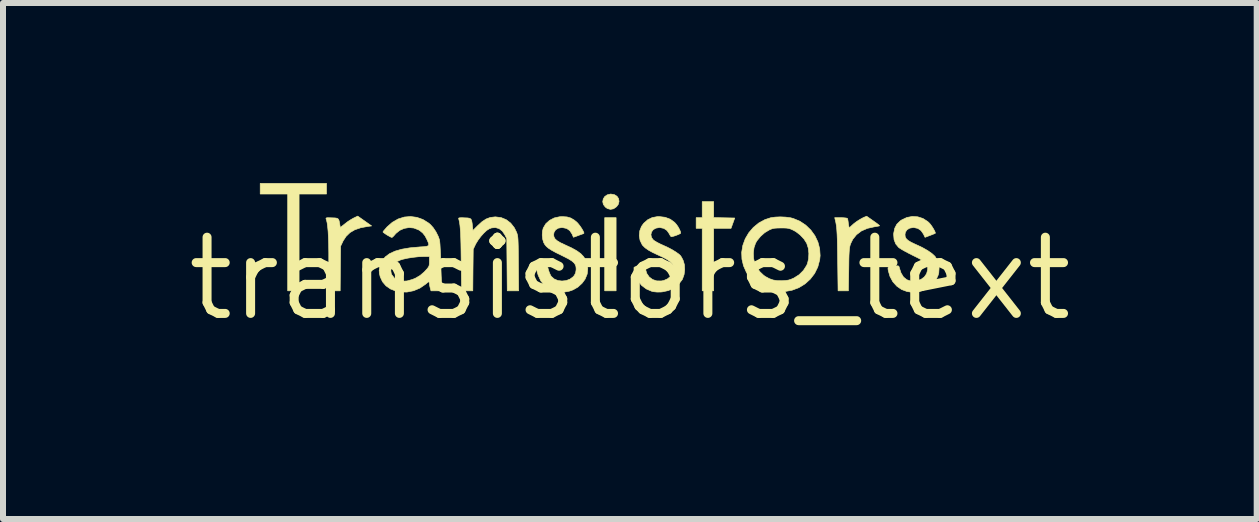
<source format=kicad_pcb>
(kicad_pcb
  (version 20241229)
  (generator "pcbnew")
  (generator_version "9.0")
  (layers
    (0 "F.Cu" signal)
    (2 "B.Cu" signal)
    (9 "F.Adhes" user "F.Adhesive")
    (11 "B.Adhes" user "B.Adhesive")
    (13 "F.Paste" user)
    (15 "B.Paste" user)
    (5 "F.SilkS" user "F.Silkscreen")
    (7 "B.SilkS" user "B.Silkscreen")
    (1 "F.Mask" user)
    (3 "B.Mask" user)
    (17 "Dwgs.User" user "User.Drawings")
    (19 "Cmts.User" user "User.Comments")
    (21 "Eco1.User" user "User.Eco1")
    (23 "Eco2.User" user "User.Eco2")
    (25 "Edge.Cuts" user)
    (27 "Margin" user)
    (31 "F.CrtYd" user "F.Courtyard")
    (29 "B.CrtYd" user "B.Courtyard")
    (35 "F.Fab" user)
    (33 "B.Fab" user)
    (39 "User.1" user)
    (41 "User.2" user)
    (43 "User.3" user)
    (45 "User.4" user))
  (footprint "transistors_text"
    (layer "F.Cu")
    (at 7.446 1.593)
    (property "Reference" "transistors_text" (at 0 0 0) (layer "F.SilkS") (effects (font (size 1.27 1.27) (thickness 0.15))))
    (attr through_hole)
    (fp_poly (pts (xy -0.229 0.203) (xy -0.419 0.203) (xy -0.419 -1.016) (xy -0.229 -1.016) (xy -0.229 0.203)) (stroke (width 0.01) (type solid)) (fill yes) (layer "F.SilkS"))
    (fp_poly (pts (xy -5.055 -1.41) (xy -5.512 -1.41) (xy -5.512 0.203) (xy -5.702 0.203) (xy -5.702 -1.41) (xy -6.16 -1.41) (xy -6.16 -1.587) (xy -5.055 -1.587) (xy -5.055 -1.41)) (stroke (width 0.01) (type solid)) (fill yes) (layer "F.SilkS"))
    (fp_poly (pts (xy 1.397 -1.017) (xy 1.748 -1.01) (xy 1.717 -0.924) (xy 1.686 -0.838) (xy 1.397 -0.838) (xy 1.397 0.203) (xy 1.206 0.203) (xy 1.206 -0.838) (xy 1.105 -0.838) (xy 1.105 -1.016) (xy 1.206 -1.016) (xy 1.206 -1.283) (xy 1.397 -1.283) (xy 1.397 -1.017)) (stroke (width 0.01) (type solid)) (fill yes) (layer "F.SilkS"))
    (fp_poly (pts (xy -0.257 -1.399) (xy -0.214 -1.372) (xy -0.188 -1.333) (xy -0.18 -1.287) (xy -0.192 -1.239) (xy -0.221 -1.199) (xy -0.271 -1.164) (xy -0.323 -1.154) (xy -0.375 -1.168) (xy -0.409 -1.193) (xy -0.441 -1.235) (xy -0.452 -1.282) (xy -0.443 -1.328) (xy -0.418 -1.368) (xy -0.377 -1.396) (xy -0.323 -1.409) (xy -0.314 -1.409) (xy -0.257 -1.399)) (stroke (width 0.01) (type solid)) (fill yes) (layer "F.SilkS"))
    (fp_poly (pts (xy -4.419 -0.96) (xy -4.303 -0.878) (xy -4.365 -0.87) (xy -4.485 -0.848) (xy -4.584 -0.814) (xy -4.664 -0.767) (xy -4.728 -0.705) (xy -4.779 -0.627) (xy -4.786 -0.611) (xy -4.82 -0.54) (xy -4.824 -0.168) (xy -4.827 0.203) (xy -5.016 0.203) (xy -5.017 -0.264) (xy -5.017 -0.428) (xy -5.019 -0.568) (xy -5.023 -0.687) (xy -5.028 -0.785) (xy -5.036 -0.865) (xy -5.044 -0.928) (xy -5.055 -0.975) (xy -5.062 -0.994) (xy -5.064 -1.005) (xy -5.057 -1.012) (xy -5.036 -1.015) (xy -4.998 -1.014) (xy -4.965 -1.013) (xy -4.911 -1.011) (xy -4.877 -1.005) (xy -4.857 -0.991) (xy -4.845 -0.964) (xy -4.836 -0.919) (xy -4.833 -0.899) (xy -4.825 -0.852) (xy -4.746 -0.915) (xy -4.698 -0.952) (xy -4.646 -0.985) (xy -4.602 -1.01) (xy -4.601 -1.01) (xy -4.535 -1.042) (xy -4.419 -0.96)) (stroke (width 0.01) (type solid)) (fill yes) (layer "F.SilkS"))
    (fp_poly (pts (xy 4.056 -0.963) (xy 4.101 -0.931) (xy 4.136 -0.905) (xy 4.157 -0.887) (xy 4.161 -0.88) (xy 4.147 -0.876) (xy 4.114 -0.87) (xy 4.073 -0.863) (xy 3.956 -0.837) (xy 3.857 -0.793) (xy 3.777 -0.732) (xy 3.715 -0.655) (xy 3.683 -0.59) (xy 3.674 -0.567) (xy 3.667 -0.543) (xy 3.662 -0.517) (xy 3.658 -0.485) (xy 3.655 -0.443) (xy 3.652 -0.388) (xy 3.65 -0.316) (xy 3.649 -0.224) (xy 3.648 -0.156) (xy 3.642 0.203) (xy 3.47 0.203) (xy 3.463 -0.308) (xy 3.461 -0.445) (xy 3.459 -0.559) (xy 3.457 -0.654) (xy 3.454 -0.732) (xy 3.45 -0.796) (xy 3.446 -0.849) (xy 3.44 -0.894) (xy 3.433 -0.934) (xy 3.425 -0.97) (xy 3.422 -0.981) (xy 3.414 -1.016) (xy 3.516 -1.016) (xy 3.564 -1.014) (xy 3.603 -1.01) (xy 3.624 -1.005) (xy 3.626 -1.003) (xy 3.632 -0.984) (xy 3.638 -0.948) (xy 3.641 -0.92) (xy 3.647 -0.882) (xy 3.653 -0.857) (xy 3.657 -0.851) (xy 3.671 -0.859) (xy 3.693 -0.88) (xy 3.696 -0.883) (xy 3.734 -0.917) (xy 3.785 -0.955) (xy 3.841 -0.99) (xy 3.891 -1.017) (xy 3.9 -1.021) (xy 3.946 -1.04) (xy 4.056 -0.963)) (stroke (width 0.01) (type solid)) (fill yes) (layer "F.SilkS"))
    (fp_poly (pts (xy -2.145 -1.017) (xy -2.06 -0.982) (xy -1.986 -0.925) (xy -1.926 -0.849) (xy -1.89 -0.777) (xy -1.882 -0.757) (xy -1.876 -0.737) (xy -1.871 -0.715) (xy -1.867 -0.687) (xy -1.864 -0.651) (xy -1.862 -0.603) (xy -1.86 -0.542) (xy -1.859 -0.463) (xy -1.858 -0.365) (xy -1.857 -0.251) (xy -1.853 0.203) (xy -2.043 0.203) (xy -2.051 -0.667) (xy -2.083 -0.73) (xy -2.125 -0.792) (xy -2.178 -0.833) (xy -2.239 -0.851) (xy -2.305 -0.845) (xy -2.344 -0.83) (xy -2.386 -0.803) (xy -2.434 -0.758) (xy -2.483 -0.703) (xy -2.528 -0.643) (xy -2.564 -0.585) (xy -2.571 -0.572) (xy -2.61 -0.489) (xy -2.614 -0.143) (xy -2.617 0.203) (xy -2.804 0.203) (xy -2.811 -0.314) (xy -2.813 -0.458) (xy -2.815 -0.58) (xy -2.818 -0.68) (xy -2.821 -0.763) (xy -2.826 -0.83) (xy -2.831 -0.885) (xy -2.837 -0.929) (xy -2.844 -0.965) (xy -2.851 -0.992) (xy -2.854 -1.004) (xy -2.848 -1.011) (xy -2.83 -1.014) (xy -2.795 -1.015) (xy -2.755 -1.013) (xy -2.703 -1.011) (xy -2.669 -1.005) (xy -2.648 -0.992) (xy -2.636 -0.966) (xy -2.628 -0.923) (xy -2.623 -0.874) (xy -2.615 -0.802) (xy -2.536 -0.882) (xy -2.464 -0.948) (xy -2.396 -0.993) (xy -2.327 -1.019) (xy -2.253 -1.028) (xy -2.239 -1.029) (xy -2.145 -1.017)) (stroke (width 0.01) (type solid)) (fill yes) (layer "F.SilkS"))
    (fp_poly (pts (xy 2.594 -1.025) (xy 2.674 -1.015) (xy 2.721 -1.003) (xy 2.832 -0.957) (xy 2.931 -0.891) (xy 3.016 -0.809) (xy 3.084 -0.715) (xy 3.134 -0.61) (xy 3.163 -0.499) (xy 3.171 -0.383) (xy 3.164 -0.315) (xy 3.132 -0.194) (xy 3.079 -0.086) (xy 3.007 0.008) (xy 2.92 0.087) (xy 2.818 0.15) (xy 2.704 0.193) (xy 2.58 0.216) (xy 2.45 0.217) (xy 2.432 0.215) (xy 2.31 0.191) (xy 2.197 0.144) (xy 2.097 0.078) (xy 2.011 -0.005) (xy 1.943 -0.103) (xy 1.894 -0.214) (xy 1.868 -0.324) (xy 1.864 -0.427) (xy 2.058 -0.427) (xy 2.062 -0.338) (xy 2.08 -0.257) (xy 2.082 -0.252) (xy 2.118 -0.181) (xy 2.169 -0.113) (xy 2.228 -0.057) (xy 2.255 -0.037) (xy 2.324 0.000482) (xy 2.388 0.023) (xy 2.457 0.034) (xy 2.535 0.035) (xy 2.596 0.031) (xy 2.641 0.025) (xy 2.681 0.013) (xy 2.725 -0.006) (xy 2.734 -0.01) (xy 2.821 -0.065) (xy 2.893 -0.137) (xy 2.946 -0.219) (xy 2.96 -0.251) (xy 2.979 -0.332) (xy 2.983 -0.421) (xy 2.973 -0.509) (xy 2.948 -0.587) (xy 2.946 -0.591) (xy 2.902 -0.66) (xy 2.84 -0.726) (xy 2.767 -0.783) (xy 2.721 -0.808) (xy 2.684 -0.825) (xy 2.65 -0.836) (xy 2.613 -0.842) (xy 2.563 -0.844) (xy 2.521 -0.844) (xy 2.459 -0.843) (xy 2.413 -0.84) (xy 2.377 -0.833) (xy 2.342 -0.82) (xy 2.321 -0.81) (xy 2.246 -0.765) (xy 2.177 -0.703) (xy 2.119 -0.632) (xy 2.095 -0.591) (xy 2.069 -0.515) (xy 2.058 -0.427) (xy 1.864 -0.427) (xy 1.864 -0.441) (xy 1.883 -0.555) (xy 1.923 -0.664) (xy 1.982 -0.764) (xy 2.058 -0.853) (xy 2.148 -0.927) (xy 2.251 -0.983) (xy 2.349 -1.015) (xy 2.421 -1.025) (xy 2.506 -1.029) (xy 2.594 -1.025)) (stroke (width 0.01) (type solid)) (fill yes) (layer "F.SilkS"))
    (fp_poly (pts (xy 4.798 -1.03) (xy 4.885 -1.002) (xy 4.964 -0.951) (xy 4.985 -0.932) (xy 5.011 -0.903) (xy 5.037 -0.866) (xy 5.062 -0.826) (xy 5.081 -0.79) (xy 5.091 -0.764) (xy 5.09 -0.755) (xy 5.077 -0.749) (xy 5.047 -0.737) (xy 5.006 -0.721) (xy 5.003 -0.72) (xy 4.919 -0.688) (xy 4.892 -0.744) (xy 4.852 -0.801) (xy 4.799 -0.837) (xy 4.733 -0.851) (xy 4.72 -0.851) (xy 4.663 -0.841) (xy 4.619 -0.814) (xy 4.591 -0.772) (xy 4.585 -0.733) (xy 4.589 -0.697) (xy 4.605 -0.666) (xy 4.636 -0.637) (xy 4.683 -0.608) (xy 4.752 -0.575) (xy 4.772 -0.566) (xy 4.876 -0.517) (xy 4.964 -0.467) (xy 5.033 -0.419) (xy 5.081 -0.375) (xy 5.092 -0.361) (xy 5.135 -0.277) (xy 5.154 -0.189) (xy 5.148 -0.096) (xy 5.138 -0.058) (xy 5.1 0.026) (xy 5.042 0.099) (xy 4.969 0.157) (xy 4.884 0.198) (xy 4.79 0.222) (xy 4.691 0.226) (xy 4.619 0.215) (xy 4.528 0.181) (xy 4.449 0.126) (xy 4.383 0.053) (xy 4.335 -0.036) (xy 4.307 -0.131) (xy 4.302 -0.162) (xy 4.303 -0.182) (xy 4.314 -0.193) (xy 4.341 -0.201) (xy 4.387 -0.207) (xy 4.41 -0.209) (xy 4.451 -0.213) (xy 4.473 -0.212) (xy 4.484 -0.203) (xy 4.49 -0.185) (xy 4.49 -0.182) (xy 4.519 -0.094) (xy 4.56 -0.027) (xy 4.614 0.018) (xy 4.68 0.041) (xy 4.757 0.041) (xy 4.773 0.038) (xy 4.849 0.014) (xy 4.906 -0.026) (xy 4.945 -0.082) (xy 4.962 -0.145) (xy 4.964 -0.184) (xy 4.958 -0.218) (xy 4.941 -0.248) (xy 4.911 -0.278) (xy 4.866 -0.309) (xy 4.801 -0.345) (xy 4.716 -0.387) (xy 4.649 -0.421) (xy 4.585 -0.455) (xy 4.532 -0.485) (xy 4.493 -0.51) (xy 4.479 -0.52) (xy 4.431 -0.578) (xy 4.403 -0.649) (xy 4.396 -0.734) (xy 4.397 -0.756) (xy 4.414 -0.839) (xy 4.449 -0.906) (xy 4.506 -0.962) (xy 4.53 -0.978) (xy 4.616 -1.019) (xy 4.707 -1.036) (xy 4.798 -1.03)) (stroke (width 0.01) (type solid)) (fill yes) (layer "F.SilkS"))
    (fp_poly (pts (xy 0.588 -1.022) (xy 0.675 -0.989) (xy 0.747 -0.936) (xy 0.776 -0.903) (xy 0.804 -0.863) (xy 0.827 -0.821) (xy 0.843 -0.784) (xy 0.847 -0.759) (xy 0.847 -0.757) (xy 0.833 -0.747) (xy 0.803 -0.733) (xy 0.765 -0.718) (xy 0.727 -0.706) (xy 0.697 -0.699) (xy 0.69 -0.699) (xy 0.678 -0.709) (xy 0.662 -0.736) (xy 0.656 -0.749) (xy 0.619 -0.802) (xy 0.567 -0.837) (xy 0.501 -0.851) (xy 0.491 -0.851) (xy 0.434 -0.841) (xy 0.39 -0.816) (xy 0.362 -0.778) (xy 0.351 -0.734) (xy 0.36 -0.688) (xy 0.386 -0.65) (xy 0.412 -0.629) (xy 0.456 -0.603) (xy 0.509 -0.576) (xy 0.547 -0.559) (xy 0.63 -0.521) (xy 0.706 -0.481) (xy 0.771 -0.441) (xy 0.82 -0.405) (xy 0.841 -0.386) (xy 0.859 -0.36) (xy 0.88 -0.321) (xy 0.89 -0.299) (xy 0.91 -0.229) (xy 0.914 -0.148) (xy 0.904 -0.068) (xy 0.879 0.003) (xy 0.873 0.016) (xy 0.812 0.095) (xy 0.734 0.157) (xy 0.642 0.199) (xy 0.54 0.221) (xy 0.517 0.223) (xy 0.454 0.224) (xy 0.396 0.218) (xy 0.368 0.212) (xy 0.276 0.173) (xy 0.198 0.115) (xy 0.136 0.038) (xy 0.092 -0.055) (xy 0.075 -0.115) (xy 0.069 -0.154) (xy 0.069 -0.182) (xy 0.072 -0.19) (xy 0.089 -0.196) (xy 0.124 -0.203) (xy 0.167 -0.208) (xy 0.251 -0.216) (xy 0.26 -0.16) (xy 0.282 -0.086) (xy 0.323 -0.027) (xy 0.379 0.015) (xy 0.448 0.038) (xy 0.524 0.039) (xy 0.563 0.032) (xy 0.628 0.004) (xy 0.679 -0.039) (xy 0.714 -0.093) (xy 0.728 -0.154) (xy 0.722 -0.21) (xy 0.705 -0.247) (xy 0.672 -0.282) (xy 0.622 -0.318) (xy 0.551 -0.356) (xy 0.484 -0.387) (xy 0.387 -0.432) (xy 0.311 -0.474) (xy 0.255 -0.513) (xy 0.215 -0.552) (xy 0.204 -0.567) (xy 0.17 -0.638) (xy 0.157 -0.716) (xy 0.165 -0.796) (xy 0.194 -0.87) (xy 0.231 -0.922) (xy 0.298 -0.981) (xy 0.372 -1.017) (xy 0.457 -1.033) (xy 0.489 -1.034) (xy 0.588 -1.022)) (stroke (width 0.01) (type solid)) (fill yes) (layer "F.SilkS"))
    (fp_poly (pts (xy -1.047 -1.028) (xy -0.985 -1.01) (xy -0.926 -0.975) (xy -0.881 -0.938) (xy -0.855 -0.909) (xy -0.827 -0.872) (xy -0.8 -0.832) (xy -0.779 -0.795) (xy -0.766 -0.767) (xy -0.766 -0.754) (xy -0.778 -0.748) (xy -0.808 -0.737) (xy -0.85 -0.722) (xy -0.854 -0.72) (xy -0.94 -0.689) (xy -0.964 -0.744) (xy -1.001 -0.8) (xy -1.053 -0.836) (xy -1.119 -0.85) (xy -1.134 -0.851) (xy -1.193 -0.841) (xy -1.237 -0.813) (xy -1.264 -0.77) (xy -1.27 -0.73) (xy -1.264 -0.694) (xy -1.246 -0.662) (xy -1.211 -0.631) (xy -1.158 -0.599) (xy -1.083 -0.564) (xy -1.073 -0.559) (xy -0.967 -0.51) (xy -0.883 -0.463) (xy -0.818 -0.416) (xy -0.771 -0.366) (xy -0.737 -0.313) (xy -0.716 -0.259) (xy -0.701 -0.165) (xy -0.711 -0.076) (xy -0.746 0.009) (xy -0.796 0.077) (xy -0.867 0.142) (xy -0.946 0.187) (xy -1.012 0.21) (xy -1.101 0.226) (xy -1.185 0.223) (xy -1.254 0.209) (xy -1.346 0.172) (xy -1.423 0.115) (xy -1.484 0.038) (xy -1.528 -0.057) (xy -1.545 -0.114) (xy -1.553 -0.16) (xy -1.55 -0.187) (xy -1.533 -0.2) (xy -1.5 -0.203) (xy -1.499 -0.203) (xy -1.464 -0.206) (xy -1.423 -0.211) (xy -1.422 -0.211) (xy -1.376 -0.218) (xy -1.356 -0.144) (xy -1.34 -0.097) (xy -1.321 -0.056) (xy -1.309 -0.036) (xy -1.261 0.006) (xy -1.199 0.032) (xy -1.131 0.04) (xy -1.062 0.033) (xy -0.998 0.009) (xy -0.944 -0.031) (xy -0.925 -0.054) (xy -0.904 -0.095) (xy -0.896 -0.144) (xy -0.895 -0.161) (xy -0.898 -0.199) (xy -0.909 -0.232) (xy -0.93 -0.262) (xy -0.964 -0.292) (xy -1.014 -0.324) (xy -1.083 -0.36) (xy -1.149 -0.393) (xy -1.237 -0.436) (xy -1.304 -0.473) (xy -1.354 -0.505) (xy -1.39 -0.535) (xy -1.416 -0.566) (xy -1.436 -0.601) (xy -1.437 -0.603) (xy -1.453 -0.659) (xy -1.46 -0.725) (xy -1.456 -0.791) (xy -1.443 -0.843) (xy -1.4 -0.915) (xy -1.338 -0.971) (xy -1.261 -1.011) (xy -1.171 -1.031) (xy -1.124 -1.033) (xy -1.047 -1.028)) (stroke (width 0.01) (type solid)) (fill yes) (layer "F.SilkS"))
    (fp_poly (pts (xy -3.549 -1.021) (xy -3.448 -0.985) (xy -3.352 -0.925) (xy -3.325 -0.902) (xy -3.277 -0.849) (xy -3.231 -0.78) (xy -3.193 -0.704) (xy -3.175 -0.654) (xy -3.169 -0.625) (xy -3.164 -0.572) (xy -3.16 -0.499) (xy -3.155 -0.408) (xy -3.152 -0.302) (xy -3.15 -0.254) (xy -3.147 -0.141) (xy -3.144 -0.051) (xy -3.14 0.02) (xy -3.136 0.073) (xy -3.131 0.113) (xy -3.125 0.14) (xy -3.122 0.149) (xy -3.102 0.203) (xy -3.314 0.203) (xy -3.327 0.156) (xy -3.336 0.116) (xy -3.34 0.083) (xy -3.34 0.079) (xy -3.342 0.059) (xy -3.35 0.053) (xy -3.368 0.063) (xy -3.4 0.089) (xy -3.404 0.093) (xy -3.499 0.158) (xy -3.604 0.202) (xy -3.715 0.224) (xy -3.827 0.222) (xy -3.898 0.208) (xy -3.988 0.173) (xy -4.064 0.12) (xy -4.122 0.052) (xy -4.159 -0.028) (xy -4.16 -0.03) (xy -4.174 -0.088) (xy -4.177 -0.134) (xy -3.984 -0.134) (xy -3.975 -0.08) (xy -3.967 -0.065) (xy -3.924 -0.009) (xy -3.865 0.027) (xy -3.795 0.043) (xy -3.713 0.039) (xy -3.624 0.014) (xy -3.573 -0.007) (xy -3.496 -0.052) (xy -3.429 -0.109) (xy -3.411 -0.128) (xy -3.376 -0.166) (xy -3.355 -0.194) (xy -3.345 -0.218) (xy -3.341 -0.247) (xy -3.34 -0.286) (xy -3.34 -0.368) (xy -3.439 -0.368) (xy -3.52 -0.365) (xy -3.611 -0.355) (xy -3.701 -0.341) (xy -3.782 -0.323) (xy -3.822 -0.311) (xy -3.888 -0.28) (xy -3.938 -0.238) (xy -3.971 -0.188) (xy -3.984 -0.134) (xy -4.177 -0.134) (xy -4.177 -0.137) (xy -4.169 -0.189) (xy -4.158 -0.228) (xy -4.126 -0.301) (xy -4.075 -0.363) (xy -4.004 -0.416) (xy -3.913 -0.458) (xy -3.801 -0.49) (xy -3.666 -0.513) (xy -3.509 -0.527) (xy -3.502 -0.528) (xy -3.433 -0.532) (xy -3.387 -0.538) (xy -3.361 -0.548) (xy -3.351 -0.565) (xy -3.356 -0.592) (xy -3.372 -0.631) (xy -3.378 -0.645) (xy -3.413 -0.712) (xy -3.452 -0.761) (xy -3.5 -0.8) (xy -3.522 -0.813) (xy -3.599 -0.843) (xy -3.68 -0.851) (xy -3.761 -0.837) (xy -3.836 -0.804) (xy -3.901 -0.751) (xy -3.914 -0.735) (xy -3.939 -0.707) (xy -3.959 -0.689) (xy -3.966 -0.686) (xy -3.983 -0.692) (xy -4.013 -0.708) (xy -4.048 -0.728) (xy -4.081 -0.75) (xy -4.106 -0.768) (xy -4.114 -0.777) (xy -4.107 -0.79) (xy -4.085 -0.816) (xy -4.055 -0.851) (xy -4.044 -0.863) (xy -3.957 -0.939) (xy -3.861 -0.994) (xy -3.759 -1.026) (xy -3.654 -1.035) (xy -3.549 -1.021)) (stroke (width 0.01) (type solid)) (fill yes) (layer "F.SilkS")))
  (gr_rect
    (start -3 -3)
    (end 17.892 5.599)
    (stroke (width 0.1) (type default))
    (fill no)
    (layer "Edge.Cuts")))
</source>
